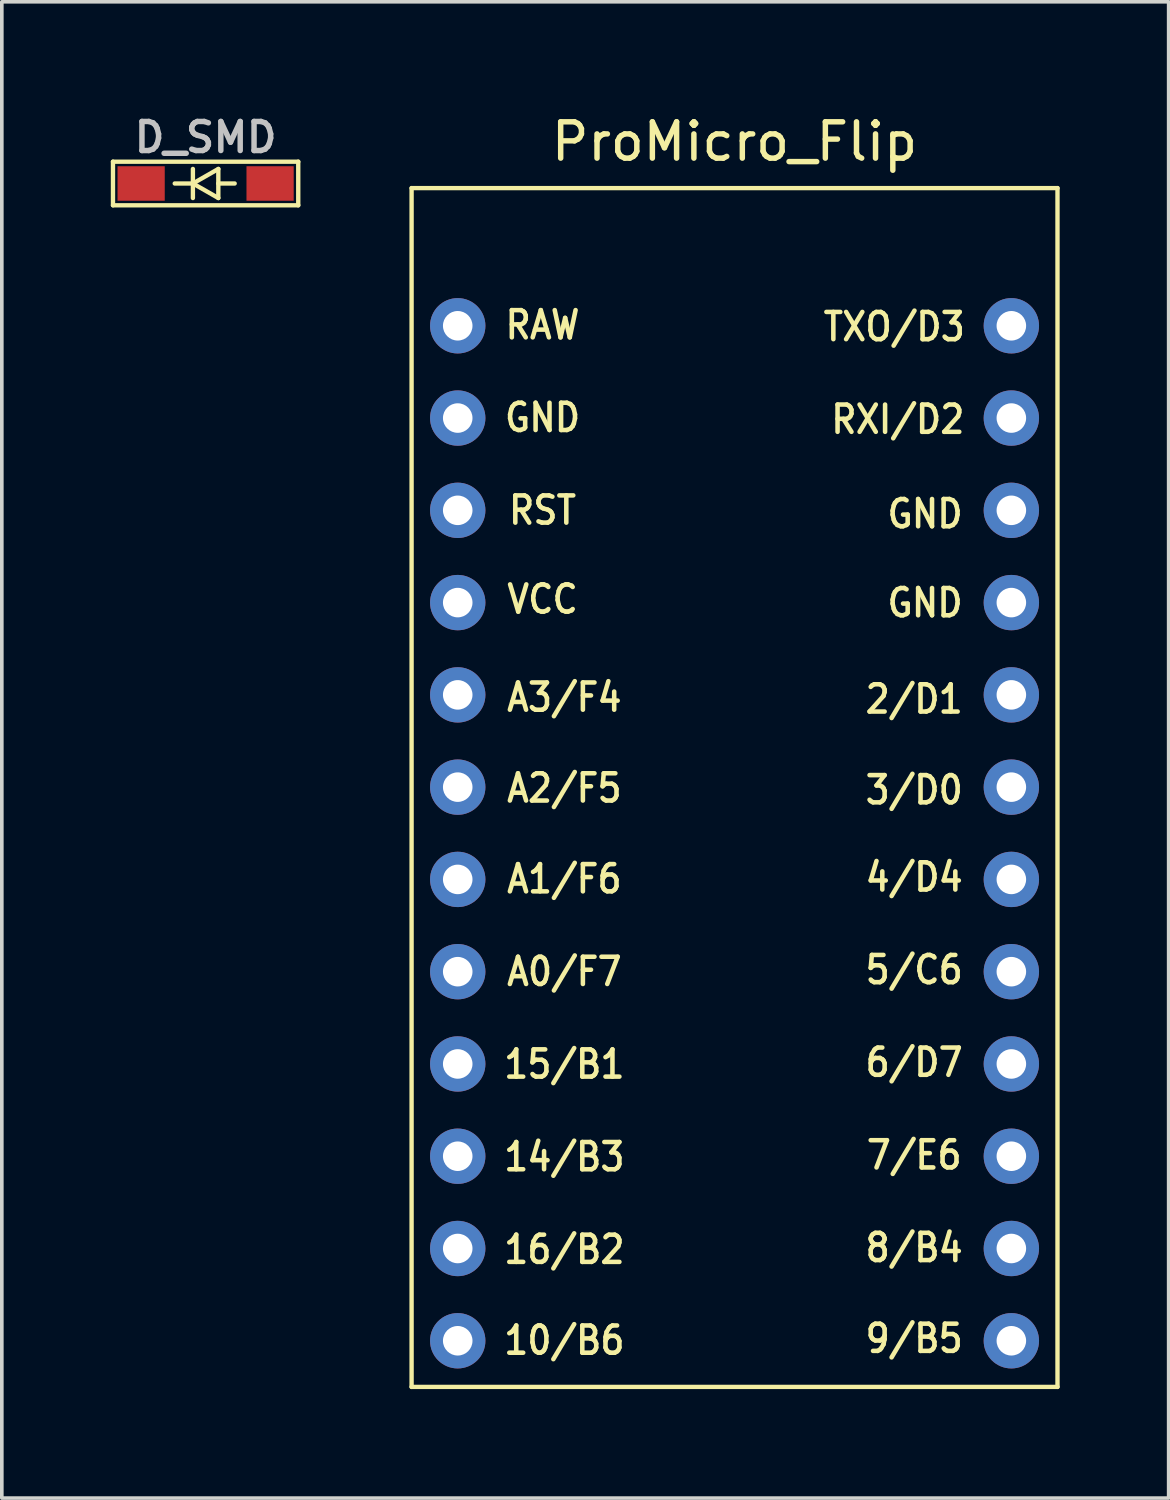
<source format=kicad_pcb>
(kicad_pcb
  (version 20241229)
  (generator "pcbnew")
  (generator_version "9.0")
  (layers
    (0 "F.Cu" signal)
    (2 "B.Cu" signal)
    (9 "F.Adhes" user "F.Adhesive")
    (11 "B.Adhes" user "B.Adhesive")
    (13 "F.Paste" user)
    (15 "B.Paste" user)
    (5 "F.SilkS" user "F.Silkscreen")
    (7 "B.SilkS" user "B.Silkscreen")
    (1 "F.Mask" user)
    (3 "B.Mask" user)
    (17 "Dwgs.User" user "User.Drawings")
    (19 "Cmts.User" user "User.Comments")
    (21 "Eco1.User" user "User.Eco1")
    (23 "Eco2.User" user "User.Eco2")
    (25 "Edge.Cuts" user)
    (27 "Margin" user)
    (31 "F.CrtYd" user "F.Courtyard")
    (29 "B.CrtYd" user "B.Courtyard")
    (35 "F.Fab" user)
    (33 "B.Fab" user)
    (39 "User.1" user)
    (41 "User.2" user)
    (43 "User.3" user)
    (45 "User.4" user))
  (footprint "ProMicro_Flip"
    (layer "F.Cu")
    (at 17.17 18.628)
    (property "Reference" "ProMicro_Flip" (at 0 -17.78 0) (layer "F.SilkS") (effects (font (size 1 1) (thickness 0.15))))
    (attr through_hole)
    (fp_line (start -8.89 -16.5) (end 8.89 -16.5) (stroke (width 0.12) (type solid)) (layer "F.SilkS"))
    (fp_line (start -8.89 16.5) (end -8.89 -16.5) (stroke (width 0.12) (type solid)) (layer "F.SilkS"))
    (fp_line (start 8.89 -16.5) (end 8.89 16.5) (stroke (width 0.12) (type solid)) (layer "F.SilkS"))
    (fp_line (start 8.89 16.5) (end -8.89 16.5) (stroke (width 0.12) (type solid)) (layer "F.SilkS"))
    (fp_text user "4/D4" (at 4.945 2.468 0) (unlocked yes) (layer "F.SilkS") (effects (font (size 0.75 0.67) (thickness 0.125))))
    (fp_text user "GND" (at -5.285 -10.182 0) (unlocked yes) (layer "F.SilkS") (effects (font (size 0.75 0.67) (thickness 0.125))))
    (fp_text user "A0/F7" (at -4.685 5.068 0) (unlocked yes) (layer "F.SilkS") (effects (font (size 0.75 0.67) (thickness 0.125))))
    (fp_text user "RXI/D2" (at 4.495 -10.132 0) (unlocked yes) (layer "F.SilkS") (effects (font (size 0.75 0.67) (thickness 0.125))))
    (fp_text user "VCC" (at -5.285 -5.182 0) (unlocked yes) (layer "F.SilkS") (effects (font (size 0.75 0.67) (thickness 0.125))))
    (fp_text user "A3/F4" (at -4.685 -2.482 0) (unlocked yes) (layer "F.SilkS") (effects (font (size 0.75 0.67) (thickness 0.125))))
    (fp_text user "GND" (at 5.245 -5.082 0) (unlocked yes) (layer "F.SilkS") (effects (font (size 0.75 0.67) (thickness 0.125))))
    (fp_text user "TXO/D3" (at 4.395 -12.682 0) (unlocked yes) (layer "F.SilkS") (effects (font (size 0.75 0.67) (thickness 0.125))))
    (fp_text user "5/C6" (at 4.945 5.018 0) (unlocked yes) (layer "F.SilkS") (effects (font (size 0.75 0.67) (thickness 0.125))))
    (fp_text user "A1/F6" (at -4.685 2.518 0) (unlocked yes) (layer "F.SilkS") (effects (font (size 0.75 0.67) (thickness 0.125))))
    (fp_text user "16/B2" (at -4.685 12.718 0) (unlocked yes) (layer "F.SilkS") (effects (font (size 0.75 0.67) (thickness 0.125))))
    (fp_text user "6/D7" (at 4.945 7.568 0) (unlocked yes) (layer "F.SilkS") (effects (font (size 0.75 0.67) (thickness 0.125))))
    (fp_text user "9/B5" (at 4.945 15.168 0) (unlocked yes) (layer "F.SilkS") (effects (font (size 0.75 0.67) (thickness 0.125))))
    (fp_text user "15/B1" (at -4.685 7.618 0) (unlocked yes) (layer "F.SilkS") (effects (font (size 0.75 0.67) (thickness 0.125))))
    (fp_text user "14/B3" (at -4.685 10.168 0) (unlocked yes) (layer "F.SilkS") (effects (font (size 0.75 0.67) (thickness 0.125))))
    (fp_text user "3/D0" (at 4.945 0.068 0) (unlocked yes) (layer "F.SilkS") (effects (font (size 0.75 0.67) (thickness 0.125))))
    (fp_text user "10/B6" (at -4.685 15.218 0) (unlocked yes) (layer "F.SilkS") (effects (font (size 0.75 0.67) (thickness 0.125))))
    (fp_text user "8/B4" (at 4.945 12.668 0) (unlocked yes) (layer "F.SilkS") (effects (font (size 0.75 0.67) (thickness 0.125))))
    (fp_text user "2/D1" (at 4.945 -2.432 0) (unlocked yes) (layer "F.SilkS") (effects (font (size 0.75 0.67) (thickness 0.125))))
    (fp_text user "GND" (at 5.245 -7.532 0) (unlocked yes) (layer "F.SilkS") (effects (font (size 0.75 0.67) (thickness 0.125))))
    (fp_text user "RST" (at -5.285 -7.632 0) (unlocked yes) (layer "F.SilkS") (effects (font (size 0.75 0.67) (thickness 0.125))))
    (fp_text user "RAW" (at -5.285 -12.732 0) (unlocked yes) (layer "F.SilkS") (effects (font (size 0.75 0.67) (thickness 0.125))))
    (fp_text user "A2/F5" (at -4.685 0.018 0) (unlocked yes) (layer "F.SilkS") (effects (font (size 0.75 0.67) (thickness 0.125))))
    (fp_text user "7/E6" (at 4.945 10.118 0) (unlocked yes) (layer "F.SilkS") (effects (font (size 0.75 0.67) (thickness 0.125))))
    (pad "1" thru_hole circle (at 7.62 -12.71) (size 1.524 1.524) (drill 0.813) (layers "*.Cu" "*.Mask"))
    (pad "2" thru_hole circle (at 7.62 -10.17) (size 1.524 1.524) (drill 0.813) (layers "*.Cu" "*.Mask"))
    (pad "3" thru_hole circle (at 7.62 -7.63) (size 1.524 1.524) (drill 0.813) (layers "*.Cu" "*.Mask"))
    (pad "4" thru_hole circle (at 7.62 -5.09) (size 1.524 1.524) (drill 0.813) (layers "*.Cu" "*.Mask"))
    (pad "5" thru_hole circle (at 7.62 -2.55) (size 1.524 1.524) (drill 0.813) (layers "*.Cu" "*.Mask"))
    (pad "6" thru_hole circle (at 7.62 -0.01) (size 1.524 1.524) (drill 0.813) (layers "*.Cu" "*.Mask"))
    (pad "7" thru_hole circle (at 7.62 2.53) (size 1.524 1.524) (drill 0.813) (layers "*.Cu" "*.Mask"))
    (pad "8" thru_hole circle (at 7.62 5.07) (size 1.524 1.524) (drill 0.813) (layers "*.Cu" "*.Mask"))
    (pad "9" thru_hole circle (at 7.62 7.61) (size 1.524 1.524) (drill 0.813) (layers "*.Cu" "*.Mask"))
    (pad "10" thru_hole circle (at 7.62 10.15) (size 1.524 1.524) (drill 0.813) (layers "*.Cu" "*.Mask"))
    (pad "11" thru_hole circle (at 7.62 12.69) (size 1.524 1.524) (drill 0.813) (layers "*.Cu" "*.Mask"))
    (pad "12" thru_hole circle (at 7.62 15.23) (size 1.524 1.524) (drill 0.813) (layers "*.Cu" "*.Mask"))
    (pad "13" thru_hole circle (at -7.62 15.23) (size 1.524 1.524) (drill 0.813) (layers "*.Cu" "*.Mask"))
    (pad "14" thru_hole circle (at -7.62 12.69) (size 1.524 1.524) (drill 0.813) (layers "*.Cu" "*.Mask"))
    (pad "15" thru_hole circle (at -7.62 10.15) (size 1.524 1.524) (drill 0.813) (layers "*.Cu" "*.Mask"))
    (pad "16" thru_hole circle (at -7.62 7.61) (size 1.524 1.524) (drill 0.813) (layers "*.Cu" "*.Mask"))
    (pad "17" thru_hole circle (at -7.62 5.07) (size 1.524 1.524) (drill 0.813) (layers "*.Cu" "*.Mask"))
    (pad "18" thru_hole circle (at -7.62 2.53) (size 1.524 1.524) (drill 0.813) (layers "*.Cu" "*.Mask"))
    (pad "19" thru_hole circle (at -7.62 -0.01) (size 1.524 1.524) (drill 0.813) (layers "*.Cu" "*.Mask"))
    (pad "20" thru_hole circle (at -7.62 -2.55) (size 1.524 1.524) (drill 0.813) (layers "*.Cu" "*.Mask"))
    (pad "21" thru_hole circle (at -7.62 -5.09) (size 1.524 1.524) (drill 0.813) (layers "*.Cu" "*.Mask"))
    (pad "22" thru_hole circle (at -7.62 -7.63) (size 1.524 1.524) (drill 0.813) (layers "*.Cu" "*.Mask"))
    (pad "23" thru_hole circle (at -7.62 -10.17) (size 1.524 1.524) (drill 0.813) (layers "*.Cu" "*.Mask"))
    (pad "24" thru_hole circle (at -7.62 -12.71) (size 1.524 1.524) (drill 0.813) (layers "*.Cu" "*.Mask")))
  (footprint "D_SMD"
    (layer "F.Cu")
    (at 2.61 2.001)
    (property "Reference" "D_SMD" (at 0 -1.27 0) (layer "Dwgs.User") (effects (font (size 0.8 0.8) (thickness 0.15))))
    (attr through_hole)
    (fp_line (start -2.55 -0.6) (end -2.55 0.6) (stroke (width 0.12) (type solid)) (layer "F.SilkS"))
    (fp_line (start -2.55 0.6) (end 2.55 0.6) (stroke (width 0.12) (type solid)) (layer "F.SilkS"))
    (fp_line (start -0.35 -0.4) (end -0.35 0.4) (stroke (width 0.12) (type solid)) (layer "F.SilkS"))
    (fp_line (start -0.35 0) (end -0.85 0) (stroke (width 0.12) (type solid)) (layer "F.SilkS"))
    (fp_line (start -0.35 0) (end 0.35 -0.4) (stroke (width 0.12) (type solid)) (layer "F.SilkS"))
    (fp_line (start 0.35 -0.4) (end 0.35 0.4) (stroke (width 0.12) (type solid)) (layer "F.SilkS"))
    (fp_line (start 0.35 0) (end 0.8 0) (stroke (width 0.12) (type solid)) (layer "F.SilkS"))
    (fp_line (start 0.35 0.4) (end -0.35 0) (stroke (width 0.12) (type solid)) (layer "F.SilkS"))
    (fp_line (start 2.55 -0.6) (end -2.55 -0.6) (stroke (width 0.12) (type solid)) (layer "F.SilkS"))
    (fp_line (start 2.55 0.6) (end 2.55 -0.6) (stroke (width 0.12) (type solid)) (layer "F.SilkS"))
    (pad "1" smd rect (at -1.775 0) (size 1.3 0.95) (layers "F.Cu" "F.Mask" "F.Paste"))
    (pad "2" smd rect (at 1.775 0) (size 1.3 0.95) (layers "F.Cu" "F.Mask" "F.Paste")))
  (gr_rect
    (start -3 -3)
    (end 29.12 38.188)
    (stroke (width 0.1) (type default))
    (fill no)
    (layer "Edge.Cuts")))
</source>
